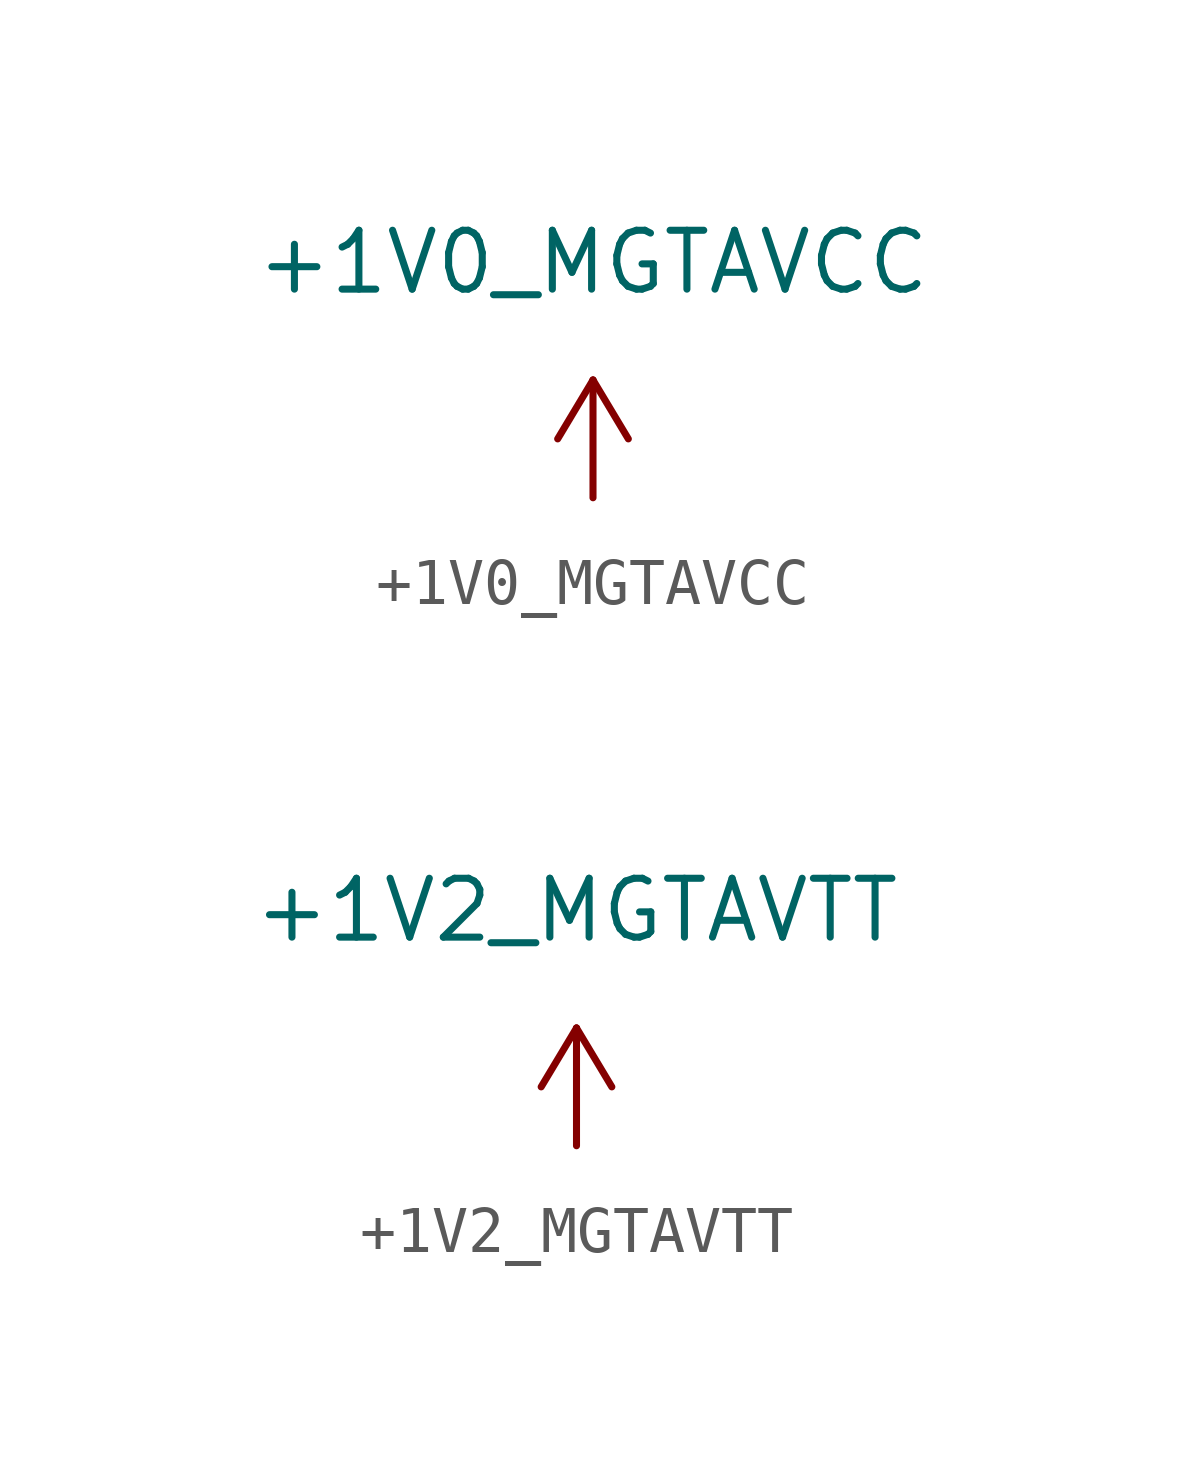
<source format=kicad_sym>
(kicad_symbol_lib
  (version 20220914)
  (generator kicad_symbol_editor)
  (symbol "+1V0_MGTAVCC"
    (power)
    (pin_names
      (offset 0))
    (property "Reference" "#PWR"
      (at 0 -3.81 0)
      (effects (font (size 1.27 1.27)) hide))
    (property "Value" "+1V0_MGTAVCC"
      (at 0 5.08 0)
      (effects (font (size 1.27 1.27))))
    (symbol "+1V0_MGTAVCC_0_1"
      (polyline (pts (xy -0.762 1.27) (xy 0 2.54)) (stroke (width 0) (type default)) (fill (type none)))
      (polyline (pts (xy 0 0) (xy 0 2.54)) (stroke (width 0) (type default)) (fill (type none)))
      (polyline (pts (xy 0 2.54) (xy 0.762 1.27)) (stroke (width 0) (type default)) (fill (type none))))
    (symbol "+1V0_MGTAVCC_1_1"
      (pin power_in line (at 0 0 90) (length 0) hide (name "+1V0_MGTAVCC" (effects (font (size 1.27 1.27)))) (number "1" (effects (font (size 1.27 1.27)))))))
  (symbol "+1V2_MGTAVTT"
    (power)
    (pin_names
      (offset 0))
    (property "Reference" "#PWR"
      (at 0 -3.81 0)
      (effects (font (size 1.27 1.27)) hide))
    (property "Value" "+1V2_MGTAVTT"
      (at 0 5.08 0)
      (effects (font (size 1.27 1.27))))
    (symbol "+1V2_MGTAVTT_0_1"
      (polyline (pts (xy -0.762 1.27) (xy 0 2.54)) (stroke (width 0) (type default)) (fill (type none)))
      (polyline (pts (xy 0 0) (xy 0 2.54)) (stroke (width 0) (type default)) (fill (type none)))
      (polyline (pts (xy 0 2.54) (xy 0.762 1.27)) (stroke (width 0) (type default)) (fill (type none))))
    (symbol "+1V2_MGTAVTT_1_1"
      (pin power_in line (at 0 0 90) (length 0) hide (name "+1V2_MGTAVTT" (effects (font (size 1.27 1.27)))) (number "1" (effects (font (size 1.27 1.27))))))))
</source>
